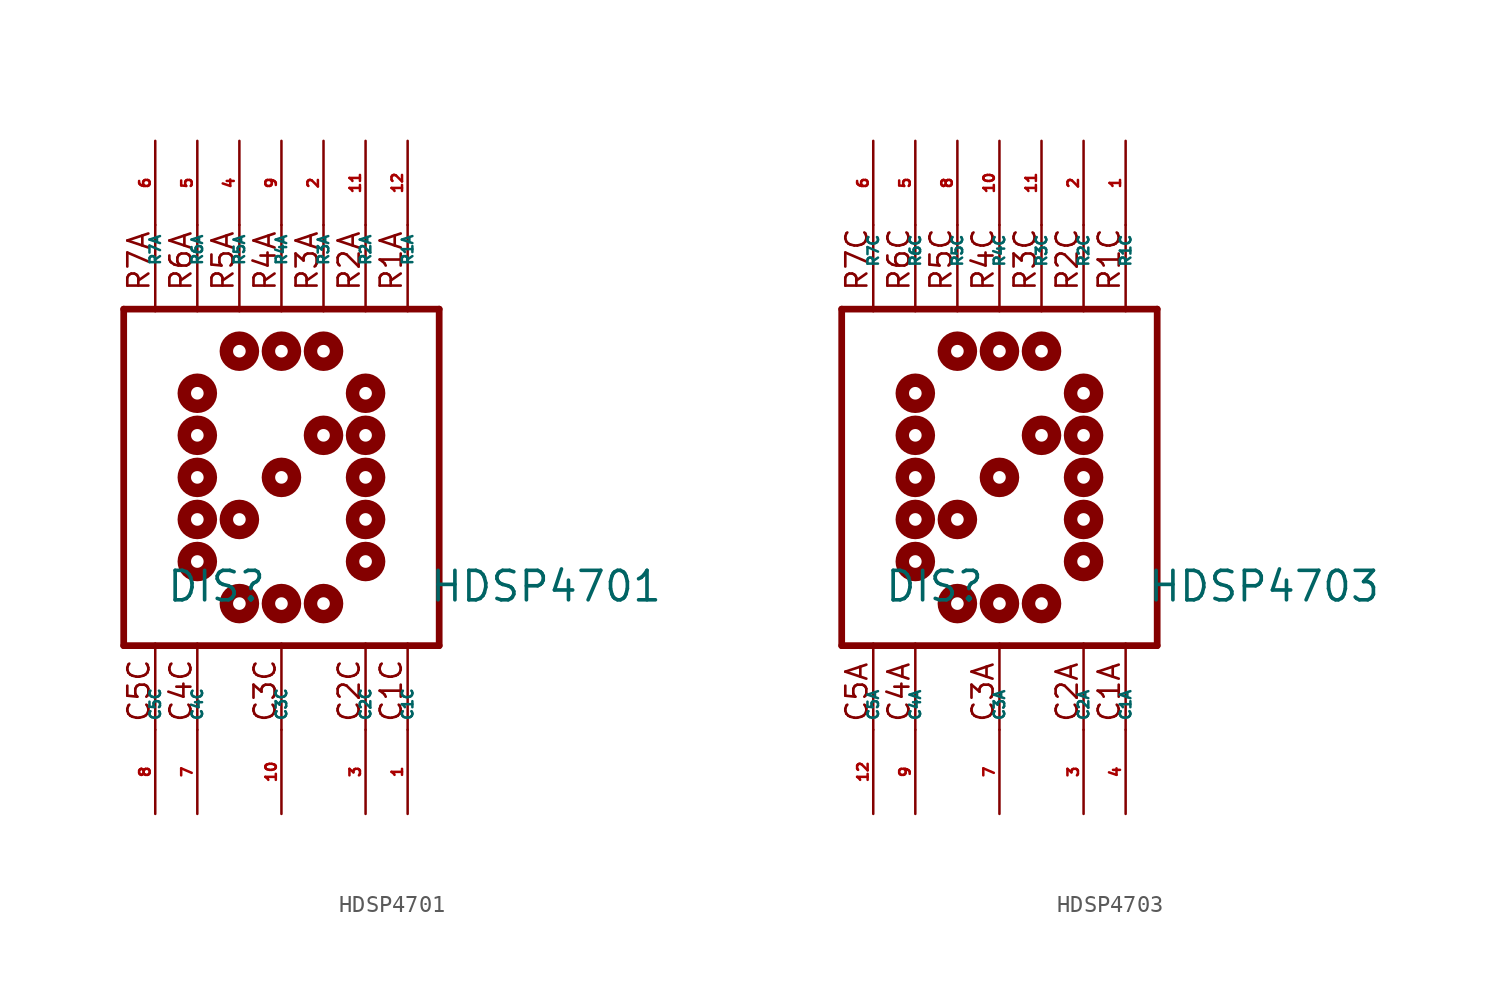
<source format=kicad_sym>
(kicad_symbol_lib
  (version 20220914)
  (generator Eagle2Kicad)
  (symbol "HDSP4701"
    (property "Reference" "DIS"
      (at -6.985 -7.62 0)
      (effects (font (size 1.778 1.778) (thickness 0.22)) (justify left bottom)))
    (property "Value" "HDSP4701"
      (at 8.89 -7.62 0)
      (effects (font (size 1.778 1.778) (thickness 0.22)) (justify left bottom)))
    (polyline
      (pts (xy -9.525 10.16) (xy 9.525 10.16))
      (stroke (width 0.406) (type default))
      (fill (type none)))
    (polyline
      (pts (xy 9.525 -10.16) (xy 9.525 10.16))
      (stroke (width 0.406) (type default))
      (fill (type none)))
    (polyline
      (pts (xy 9.525 -10.16) (xy -9.525 -10.16))
      (stroke (width 0.406) (type default))
      (fill (type none)))
    (polyline
      (pts (xy -9.525 10.16) (xy -9.525 -10.16))
      (stroke (width 0.406) (type default))
      (fill (type none)))
    (polyline
      (pts (xy 7.62 -10.033) (xy 7.62 -15.24))
      (stroke (width 0.152) (type default))
      (fill (type none)))
    (polyline
      (pts (xy 5.08 -10.033) (xy 5.08 -15.24))
      (stroke (width 0.152) (type default))
      (fill (type none)))
    (polyline
      (pts (xy 0 -10.033) (xy 0 -15.24))
      (stroke (width 0.152) (type default))
      (fill (type none)))
    (polyline
      (pts (xy -5.08 -10.033) (xy -5.08 -15.24))
      (stroke (width 0.152) (type default))
      (fill (type none)))
    (polyline
      (pts (xy -7.62 -10.033) (xy -7.62 -15.24))
      (stroke (width 0.152) (type default))
      (fill (type none)))
    (polyline
      (pts (xy 7.62 15.24) (xy 7.62 10.033))
      (stroke (width 0.152) (type default))
      (fill (type none)))
    (polyline
      (pts (xy 5.08 15.24) (xy 5.08 10.033))
      (stroke (width 0.152) (type default))
      (fill (type none)))
    (polyline
      (pts (xy 2.54 15.24) (xy 2.54 10.033))
      (stroke (width 0.152) (type default))
      (fill (type none)))
    (polyline
      (pts (xy 0 15.24) (xy 0 10.033))
      (stroke (width 0.152) (type default))
      (fill (type none)))
    (polyline
      (pts (xy -2.54 15.24) (xy -2.54 10.033))
      (stroke (width 0.152) (type default))
      (fill (type none)))
    (polyline
      (pts (xy -5.08 15.24) (xy -5.08 10.033))
      (stroke (width 0.152) (type default))
      (fill (type none)))
    (polyline
      (pts (xy -7.62 15.24) (xy -7.62 10.033))
      (stroke (width 0.152) (type default))
      (fill (type none)))
    (text "C1C"
      (at 7.366 -14.859 900)
      (effects (font (size 1.27 1.27) (thickness 0.16)) (justify left bottom)))
    (text "C2C"
      (at 4.826 -14.859 900)
      (effects (font (size 1.27 1.27) (thickness 0.16)) (justify left bottom)))
    (text "C3C"
      (at -0.254 -14.859 900)
      (effects (font (size 1.27 1.27) (thickness 0.16)) (justify left bottom)))
    (text "C4C"
      (at -5.334 -14.859 900)
      (effects (font (size 1.27 1.27) (thickness 0.16)) (justify left bottom)))
    (text "C5C"
      (at -7.874 -14.859 900)
      (effects (font (size 1.27 1.27) (thickness 0.16)) (justify left bottom)))
    (text "R1A"
      (at 7.366 11.176 900)
      (effects (font (size 1.27 1.27) (thickness 0.16)) (justify left bottom)))
    (text "R2A"
      (at 4.826 11.176 900)
      (effects (font (size 1.27 1.27) (thickness 0.16)) (justify left bottom)))
    (text "R3A"
      (at 2.286 11.176 900)
      (effects (font (size 1.27 1.27) (thickness 0.16)) (justify left bottom)))
    (text "R4A"
      (at -0.254 11.176 900)
      (effects (font (size 1.27 1.27) (thickness 0.16)) (justify left bottom)))
    (text "R5A"
      (at -2.794 11.176 900)
      (effects (font (size 1.27 1.27) (thickness 0.16)) (justify left bottom)))
    (text "R6A"
      (at -5.334 11.176 900)
      (effects (font (size 1.27 1.27) (thickness 0.16)) (justify left bottom)))
    (text "R7A"
      (at -7.874 11.176 900)
      (effects (font (size 1.27 1.27) (thickness 0.16)) (justify left bottom)))
    (circle
      (center 0 0)
      (radius 0.381)
      (stroke (width 0.813) (type default))
      (fill (type none)))
    (circle
      (center 5.08 0)
      (radius 0.381)
      (stroke (width 0.813) (type default))
      (fill (type none)))
    (circle
      (center 5.08 2.54)
      (radius 0.381)
      (stroke (width 0.813) (type default))
      (fill (type none)))
    (circle
      (center 5.08 -2.54)
      (radius 0.381)
      (stroke (width 0.813) (type default))
      (fill (type none)))
    (circle
      (center 2.54 -7.62)
      (radius 0.381)
      (stroke (width 0.813) (type default))
      (fill (type none)))
    (circle
      (center 0 -7.62)
      (radius 0.381)
      (stroke (width 0.813) (type default))
      (fill (type none)))
    (circle
      (center -2.54 -7.62)
      (radius 0.381)
      (stroke (width 0.813) (type default))
      (fill (type none)))
    (circle
      (center -5.08 -5.08)
      (radius 0.381)
      (stroke (width 0.813) (type default))
      (fill (type none)))
    (circle
      (center 5.08 -5.08)
      (radius 0.381)
      (stroke (width 0.813) (type default))
      (fill (type none)))
    (circle
      (center -5.08 -2.54)
      (radius 0.381)
      (stroke (width 0.813) (type default))
      (fill (type none)))
    (circle
      (center -5.08 0)
      (radius 0.381)
      (stroke (width 0.813) (type default))
      (fill (type none)))
    (circle
      (center -5.08 2.54)
      (radius 0.381)
      (stroke (width 0.813) (type default))
      (fill (type none)))
    (circle
      (center -5.08 5.08)
      (radius 0.381)
      (stroke (width 0.813) (type default))
      (fill (type none)))
    (circle
      (center -2.54 7.62)
      (radius 0.381)
      (stroke (width 0.813) (type default))
      (fill (type none)))
    (circle
      (center 0 7.62)
      (radius 0.381)
      (stroke (width 0.813) (type default))
      (fill (type none)))
    (circle
      (center 2.54 7.62)
      (radius 0.381)
      (stroke (width 0.813) (type default))
      (fill (type none)))
    (circle
      (center 5.08 5.08)
      (radius 0.381)
      (stroke (width 0.813) (type default))
      (fill (type none)))
    (circle
      (center 2.54 2.54)
      (radius 0.381)
      (stroke (width 0.813) (type default))
      (fill (type none)))
    (circle
      (center -2.54 -2.54)
      (radius 0.381)
      (stroke (width 0.813) (type default))
      (fill (type none)))
    (pin passive line
      (at 7.62 -20.32 90)
      (length 5.08)
      (name "C1C" (effects (font (size 0.635 0.635) (thickness 0.08)) (justify left bottom)))
      (number "1" (effects (font (size 0.635 0.635) (thickness 0.08)) (justify left bottom))))
    (pin passive line
      (at 5.08 -20.32 90)
      (length 5.08)
      (name "C2C" (effects (font (size 0.635 0.635) (thickness 0.08)) (justify left bottom)))
      (number "3" (effects (font (size 0.635 0.635) (thickness 0.08)) (justify left bottom))))
    (pin passive line
      (at 0 -20.32 90)
      (length 5.08)
      (name "C3C" (effects (font (size 0.635 0.635) (thickness 0.08)) (justify left bottom)))
      (number "10" (effects (font (size 0.635 0.635) (thickness 0.08)) (justify left bottom))))
    (pin passive line
      (at -5.08 -20.32 90)
      (length 5.08)
      (name "C4C" (effects (font (size 0.635 0.635) (thickness 0.08)) (justify left bottom)))
      (number "7" (effects (font (size 0.635 0.635) (thickness 0.08)) (justify left bottom))))
    (pin passive line
      (at -7.62 -20.32 90)
      (length 5.08)
      (name "C5C" (effects (font (size 0.635 0.635) (thickness 0.08)) (justify left bottom)))
      (number "8" (effects (font (size 0.635 0.635) (thickness 0.08)) (justify left bottom))))
    (pin passive line
      (at -7.62 20.32 270)
      (length 5.08)
      (name "R7A" (effects (font (size 0.635 0.635) (thickness 0.08)) (justify left bottom)))
      (number "6" (effects (font (size 0.635 0.635) (thickness 0.08)) (justify left bottom))))
    (pin passive line
      (at 7.62 20.32 270)
      (length 5.08)
      (name "R1A" (effects (font (size 0.635 0.635) (thickness 0.08)) (justify left bottom)))
      (number "12" (effects (font (size 0.635 0.635) (thickness 0.08)) (justify left bottom))))
    (pin passive line
      (at 5.08 20.32 270)
      (length 5.08)
      (name "R2A" (effects (font (size 0.635 0.635) (thickness 0.08)) (justify left bottom)))
      (number "11" (effects (font (size 0.635 0.635) (thickness 0.08)) (justify left bottom))))
    (pin passive line
      (at 2.54 20.32 270)
      (length 5.08)
      (name "R3A" (effects (font (size 0.635 0.635) (thickness 0.08)) (justify left bottom)))
      (number "2" (effects (font (size 0.635 0.635) (thickness 0.08)) (justify left bottom))))
    (pin passive line
      (at 0 20.32 270)
      (length 5.08)
      (name "R4A" (effects (font (size 0.635 0.635) (thickness 0.08)) (justify left bottom)))
      (number "9" (effects (font (size 0.635 0.635) (thickness 0.08)) (justify left bottom))))
    (pin passive line
      (at -2.54 20.32 270)
      (length 5.08)
      (name "R5A" (effects (font (size 0.635 0.635) (thickness 0.08)) (justify left bottom)))
      (number "4" (effects (font (size 0.635 0.635) (thickness 0.08)) (justify left bottom))))
    (pin passive line
      (at -5.08 20.32 270)
      (length 5.08)
      (name "R6A" (effects (font (size 0.635 0.635) (thickness 0.08)) (justify left bottom)))
      (number "5" (effects (font (size 0.635 0.635) (thickness 0.08)) (justify left bottom)))))
  (symbol "HDSP4703"
    (property "Reference" "DIS"
      (at -6.985 -7.62 0)
      (effects (font (size 1.778 1.778) (thickness 0.22)) (justify left bottom)))
    (property "Value" "HDSP4703"
      (at 8.89 -7.62 0)
      (effects (font (size 1.778 1.778) (thickness 0.22)) (justify left bottom)))
    (polyline
      (pts (xy -9.525 10.16) (xy 9.525 10.16))
      (stroke (width 0.406) (type default))
      (fill (type none)))
    (polyline
      (pts (xy 9.525 -10.16) (xy 9.525 10.16))
      (stroke (width 0.406) (type default))
      (fill (type none)))
    (polyline
      (pts (xy 9.525 -10.16) (xy -9.525 -10.16))
      (stroke (width 0.406) (type default))
      (fill (type none)))
    (polyline
      (pts (xy -9.525 10.16) (xy -9.525 -10.16))
      (stroke (width 0.406) (type default))
      (fill (type none)))
    (polyline
      (pts (xy 7.62 -10.033) (xy 7.62 -15.24))
      (stroke (width 0.152) (type default))
      (fill (type none)))
    (polyline
      (pts (xy 5.08 -10.033) (xy 5.08 -15.24))
      (stroke (width 0.152) (type default))
      (fill (type none)))
    (polyline
      (pts (xy 0 -10.033) (xy 0 -15.24))
      (stroke (width 0.152) (type default))
      (fill (type none)))
    (polyline
      (pts (xy -5.08 -10.033) (xy -5.08 -15.24))
      (stroke (width 0.152) (type default))
      (fill (type none)))
    (polyline
      (pts (xy -7.62 -10.033) (xy -7.62 -15.24))
      (stroke (width 0.152) (type default))
      (fill (type none)))
    (polyline
      (pts (xy 7.62 15.24) (xy 7.62 10.033))
      (stroke (width 0.152) (type default))
      (fill (type none)))
    (polyline
      (pts (xy 5.08 15.24) (xy 5.08 10.033))
      (stroke (width 0.152) (type default))
      (fill (type none)))
    (polyline
      (pts (xy 2.54 15.24) (xy 2.54 10.033))
      (stroke (width 0.152) (type default))
      (fill (type none)))
    (polyline
      (pts (xy 0 15.24) (xy 0 10.033))
      (stroke (width 0.152) (type default))
      (fill (type none)))
    (polyline
      (pts (xy -2.54 15.24) (xy -2.54 10.033))
      (stroke (width 0.152) (type default))
      (fill (type none)))
    (polyline
      (pts (xy -5.08 15.24) (xy -5.08 10.033))
      (stroke (width 0.152) (type default))
      (fill (type none)))
    (polyline
      (pts (xy -7.62 15.24) (xy -7.62 10.033))
      (stroke (width 0.152) (type default))
      (fill (type none)))
    (text "R1C"
      (at 7.366 11.176 900)
      (effects (font (size 1.27 1.27) (thickness 0.16)) (justify left bottom)))
    (text "R2C"
      (at 4.826 11.176 900)
      (effects (font (size 1.27 1.27) (thickness 0.16)) (justify left bottom)))
    (text "R3C"
      (at 2.286 11.176 900)
      (effects (font (size 1.27 1.27) (thickness 0.16)) (justify left bottom)))
    (text "R4C"
      (at -0.254 11.176 900)
      (effects (font (size 1.27 1.27) (thickness 0.16)) (justify left bottom)))
    (text "R5C"
      (at -2.794 11.176 900)
      (effects (font (size 1.27 1.27) (thickness 0.16)) (justify left bottom)))
    (text "R6C"
      (at -5.334 11.176 900)
      (effects (font (size 1.27 1.27) (thickness 0.16)) (justify left bottom)))
    (text "R7C"
      (at -7.874 11.176 900)
      (effects (font (size 1.27 1.27) (thickness 0.16)) (justify left bottom)))
    (text "C1A"
      (at 7.366 -14.859 900)
      (effects (font (size 1.27 1.27) (thickness 0.16)) (justify left bottom)))
    (text "C2A"
      (at 4.826 -14.859 900)
      (effects (font (size 1.27 1.27) (thickness 0.16)) (justify left bottom)))
    (text "C3A"
      (at -0.254 -14.859 900)
      (effects (font (size 1.27 1.27) (thickness 0.16)) (justify left bottom)))
    (text "C4A"
      (at -5.334 -14.859 900)
      (effects (font (size 1.27 1.27) (thickness 0.16)) (justify left bottom)))
    (text "C5A"
      (at -7.874 -14.859 900)
      (effects (font (size 1.27 1.27) (thickness 0.16)) (justify left bottom)))
    (circle
      (center 0 0)
      (radius 0.381)
      (stroke (width 0.813) (type default))
      (fill (type none)))
    (circle
      (center 5.08 0)
      (radius 0.381)
      (stroke (width 0.813) (type default))
      (fill (type none)))
    (circle
      (center 5.08 2.54)
      (radius 0.381)
      (stroke (width 0.813) (type default))
      (fill (type none)))
    (circle
      (center 5.08 -2.54)
      (radius 0.381)
      (stroke (width 0.813) (type default))
      (fill (type none)))
    (circle
      (center 2.54 -7.62)
      (radius 0.381)
      (stroke (width 0.813) (type default))
      (fill (type none)))
    (circle
      (center 0 -7.62)
      (radius 0.381)
      (stroke (width 0.813) (type default))
      (fill (type none)))
    (circle
      (center -2.54 -7.62)
      (radius 0.381)
      (stroke (width 0.813) (type default))
      (fill (type none)))
    (circle
      (center -5.08 -5.08)
      (radius 0.381)
      (stroke (width 0.813) (type default))
      (fill (type none)))
    (circle
      (center 5.08 -5.08)
      (radius 0.381)
      (stroke (width 0.813) (type default))
      (fill (type none)))
    (circle
      (center -5.08 -2.54)
      (radius 0.381)
      (stroke (width 0.813) (type default))
      (fill (type none)))
    (circle
      (center -5.08 0)
      (radius 0.381)
      (stroke (width 0.813) (type default))
      (fill (type none)))
    (circle
      (center -5.08 2.54)
      (radius 0.381)
      (stroke (width 0.813) (type default))
      (fill (type none)))
    (circle
      (center -5.08 5.08)
      (radius 0.381)
      (stroke (width 0.813) (type default))
      (fill (type none)))
    (circle
      (center -2.54 7.62)
      (radius 0.381)
      (stroke (width 0.813) (type default))
      (fill (type none)))
    (circle
      (center 0 7.62)
      (radius 0.381)
      (stroke (width 0.813) (type default))
      (fill (type none)))
    (circle
      (center 2.54 7.62)
      (radius 0.381)
      (stroke (width 0.813) (type default))
      (fill (type none)))
    (circle
      (center 5.08 5.08)
      (radius 0.381)
      (stroke (width 0.813) (type default))
      (fill (type none)))
    (circle
      (center 2.54 2.54)
      (radius 0.381)
      (stroke (width 0.813) (type default))
      (fill (type none)))
    (circle
      (center -2.54 -2.54)
      (radius 0.381)
      (stroke (width 0.813) (type default))
      (fill (type none)))
    (pin passive line
      (at 7.62 -20.32 90)
      (length 5.08)
      (name "C1A" (effects (font (size 0.635 0.635) (thickness 0.08)) (justify left bottom)))
      (number "4" (effects (font (size 0.635 0.635) (thickness 0.08)) (justify left bottom))))
    (pin passive line
      (at 5.08 -20.32 90)
      (length 5.08)
      (name "C2A" (effects (font (size 0.635 0.635) (thickness 0.08)) (justify left bottom)))
      (number "3" (effects (font (size 0.635 0.635) (thickness 0.08)) (justify left bottom))))
    (pin passive line
      (at 0 -20.32 90)
      (length 5.08)
      (name "C3A" (effects (font (size 0.635 0.635) (thickness 0.08)) (justify left bottom)))
      (number "7" (effects (font (size 0.635 0.635) (thickness 0.08)) (justify left bottom))))
    (pin passive line
      (at -5.08 -20.32 90)
      (length 5.08)
      (name "C4A" (effects (font (size 0.635 0.635) (thickness 0.08)) (justify left bottom)))
      (number "9" (effects (font (size 0.635 0.635) (thickness 0.08)) (justify left bottom))))
    (pin passive line
      (at -7.62 -20.32 90)
      (length 5.08)
      (name "C5A" (effects (font (size 0.635 0.635) (thickness 0.08)) (justify left bottom)))
      (number "12" (effects (font (size 0.635 0.635) (thickness 0.08)) (justify left bottom))))
    (pin passive line
      (at -7.62 20.32 270)
      (length 5.08)
      (name "R7C" (effects (font (size 0.635 0.635) (thickness 0.08)) (justify left bottom)))
      (number "6" (effects (font (size 0.635 0.635) (thickness 0.08)) (justify left bottom))))
    (pin passive line
      (at 7.62 20.32 270)
      (length 5.08)
      (name "R1C" (effects (font (size 0.635 0.635) (thickness 0.08)) (justify left bottom)))
      (number "1" (effects (font (size 0.635 0.635) (thickness 0.08)) (justify left bottom))))
    (pin passive line
      (at 5.08 20.32 270)
      (length 5.08)
      (name "R2C" (effects (font (size 0.635 0.635) (thickness 0.08)) (justify left bottom)))
      (number "2" (effects (font (size 0.635 0.635) (thickness 0.08)) (justify left bottom))))
    (pin passive line
      (at 2.54 20.32 270)
      (length 5.08)
      (name "R3C" (effects (font (size 0.635 0.635) (thickness 0.08)) (justify left bottom)))
      (number "11" (effects (font (size 0.635 0.635) (thickness 0.08)) (justify left bottom))))
    (pin passive line
      (at 0 20.32 270)
      (length 5.08)
      (name "R4C" (effects (font (size 0.635 0.635) (thickness 0.08)) (justify left bottom)))
      (number "10" (effects (font (size 0.635 0.635) (thickness 0.08)) (justify left bottom))))
    (pin passive line
      (at -2.54 20.32 270)
      (length 5.08)
      (name "R5C" (effects (font (size 0.635 0.635) (thickness 0.08)) (justify left bottom)))
      (number "8" (effects (font (size 0.635 0.635) (thickness 0.08)) (justify left bottom))))
    (pin passive line
      (at -5.08 20.32 270)
      (length 5.08)
      (name "R6C" (effects (font (size 0.635 0.635) (thickness 0.08)) (justify left bottom)))
      (number "5" (effects (font (size 0.635 0.635) (thickness 0.08)) (justify left bottom))))))
</source>
